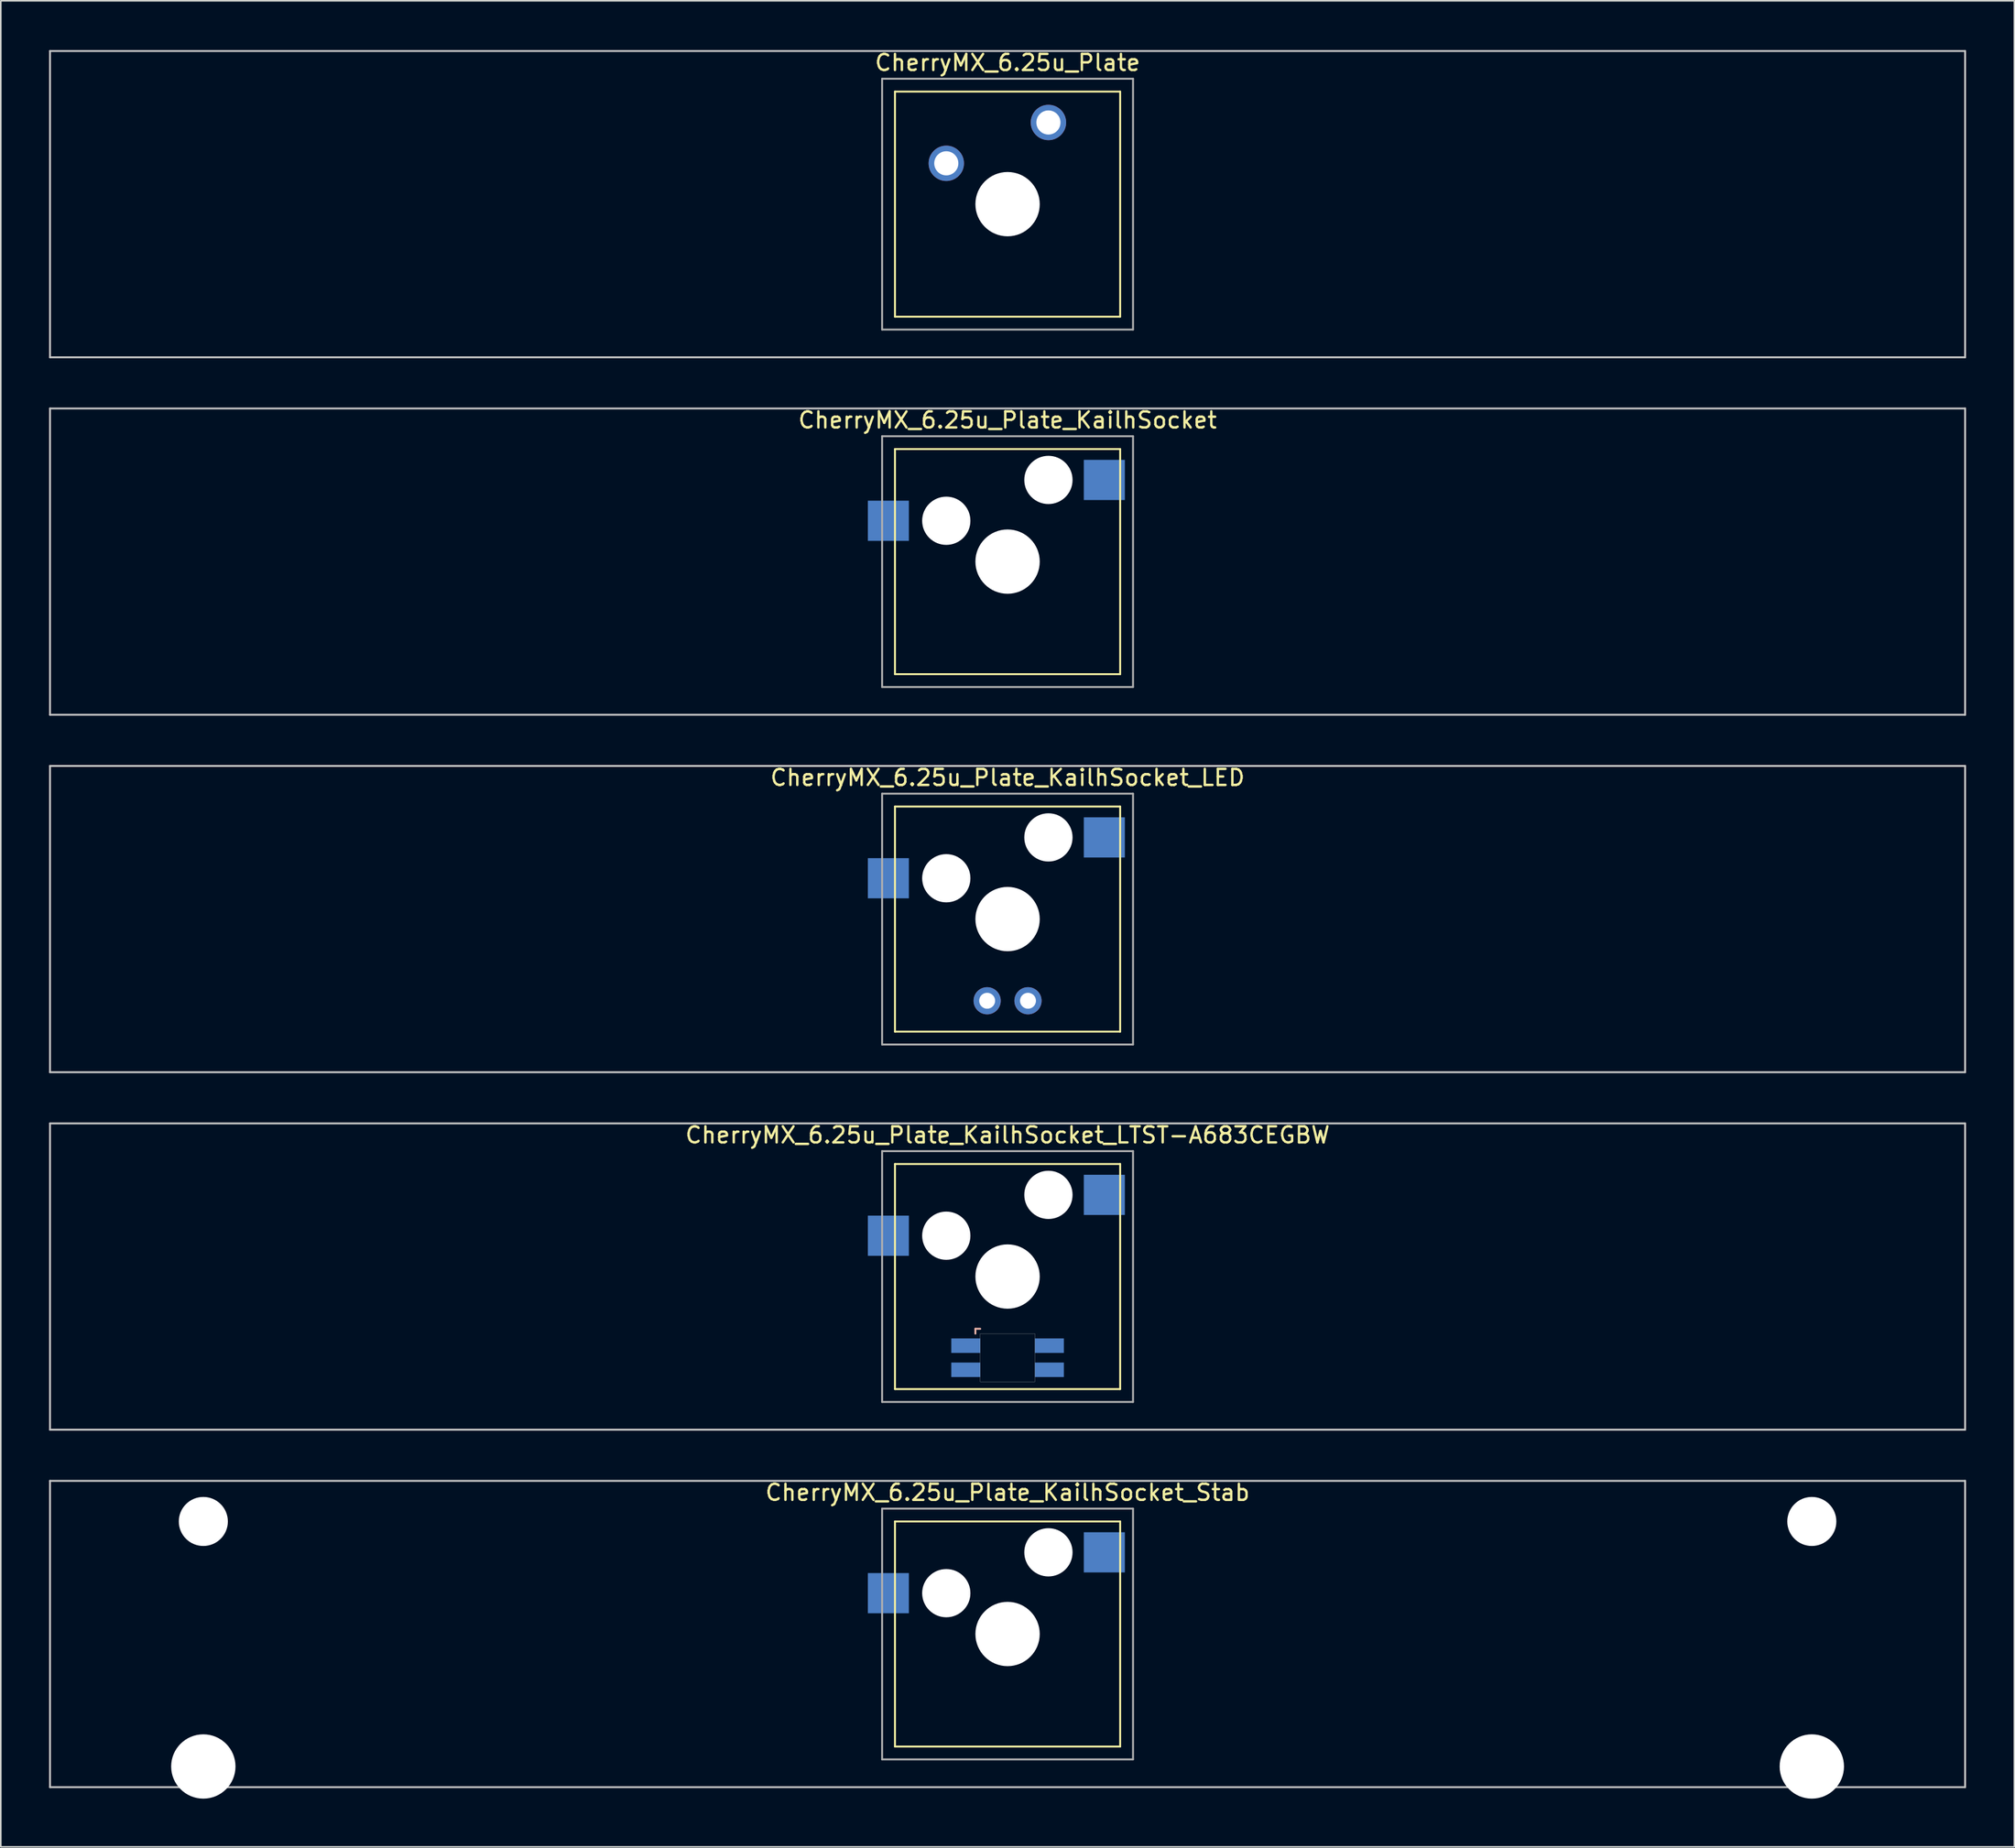
<source format=kicad_pcb>
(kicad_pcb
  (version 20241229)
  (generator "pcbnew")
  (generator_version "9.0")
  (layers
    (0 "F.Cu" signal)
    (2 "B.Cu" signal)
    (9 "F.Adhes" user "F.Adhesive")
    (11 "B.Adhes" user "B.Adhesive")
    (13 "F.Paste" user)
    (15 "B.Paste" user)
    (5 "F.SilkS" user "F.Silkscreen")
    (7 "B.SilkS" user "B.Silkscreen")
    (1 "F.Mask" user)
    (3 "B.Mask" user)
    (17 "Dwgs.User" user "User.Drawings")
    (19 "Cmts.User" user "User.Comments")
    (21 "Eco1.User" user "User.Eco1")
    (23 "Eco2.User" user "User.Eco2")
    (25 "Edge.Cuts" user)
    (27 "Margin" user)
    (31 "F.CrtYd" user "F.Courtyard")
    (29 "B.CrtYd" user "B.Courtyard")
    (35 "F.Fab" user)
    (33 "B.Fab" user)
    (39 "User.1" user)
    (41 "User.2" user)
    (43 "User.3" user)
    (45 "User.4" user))
  (footprint "CherryMX_6.25u_Plate_KailhSocket_Stab"
    (layer "F.Cu")
    (at 59.591 98.581)
    (property "Reference" "CherryMX_6.25u_Plate_KailhSocket_Stab" (at 0 -8.8 0) (layer "F.SilkS") (effects (font (size 1 1) (thickness 0.15))))
    (attr through_hole)
    (fp_line (start -7 -7) (end -7 7) (stroke (width 0.12) (type solid)) (layer "F.SilkS"))
    (fp_line (start -7 -7) (end 7 -7) (stroke (width 0.12) (type solid)) (layer "F.SilkS"))
    (fp_line (start 7 -7) (end 7 7) (stroke (width 0.12) (type solid)) (layer "F.SilkS"))
    (fp_line (start 7 7) (end -7 7) (stroke (width 0.12) (type solid)) (layer "F.SilkS"))
    (fp_line (start -59.531 -9.525) (end 59.531 -9.525) (stroke (width 0.12) (type solid)) (layer "Dwgs.User"))
    (fp_line (start -59.531 9.525) (end -59.531 -9.525) (stroke (width 0.12) (type solid)) (layer "Dwgs.User"))
    (fp_line (start 59.531 -9.525) (end 59.531 9.525) (stroke (width 0.12) (type solid)) (layer "Dwgs.User"))
    (fp_line (start 59.531 9.525) (end -59.531 9.525) (stroke (width 0.12) (type solid)) (layer "Dwgs.User"))
    (fp_line (start -7.8 -7.8) (end -7.8 7.8) (stroke (width 0.12) (type solid)) (layer "F.Fab"))
    (fp_line (start -7.8 -7.8) (end 7.8 -7.8) (stroke (width 0.12) (type solid)) (layer "F.Fab"))
    (fp_line (start -7.8 7.8) (end 7.8 7.8) (stroke (width 0.12) (type solid)) (layer "F.Fab"))
    (fp_line (start 7.8 -7.8) (end 7.8 7.8) (stroke (width 0.12) (type solid)) (layer "F.Fab"))
    (pad "" np_thru_hole circle (at -50 -7) (size 3.05 3.05) (drill 3.05) (layers "*.Cu" "*.Mask"))
    (pad "" np_thru_hole circle (at -50 8.24) (size 4 4) (drill 4) (layers "*.Cu" "*.Mask"))
    (pad "" np_thru_hole circle (at -3.81 -2.54) (size 3 3) (drill 3) (layers "*.Cu" "*.Mask"))
    (pad "" np_thru_hole circle (at 0 0) (size 4 4) (drill 4) (layers "*.Cu" "*.Mask"))
    (pad "" np_thru_hole circle (at 2.54 -5.08) (size 3 3) (drill 3) (layers "*.Cu" "*.Mask"))
    (pad "" np_thru_hole circle (at 50 -7) (size 3.05 3.05) (drill 3.05) (layers "*.Cu" "*.Mask"))
    (pad "" np_thru_hole circle (at 50 8.24) (size 4 4) (drill 4) (layers "*.Cu" "*.Mask"))
    (pad "1" smd rect (at -7.41 -2.54) (size 2.55 2.5) (layers "B.Cu" "B.Mask" "B.Paste"))
    (pad "2" smd rect (at 6.015 -5.08) (size 2.55 2.5) (layers "B.Cu" "B.Mask" "B.Paste")))
  (footprint "CherryMX_6.25u_Plate_KailhSocket_LED"
    (layer "F.Cu")
    (at 59.591 54.115)
    (property "Reference" "CherryMX_6.25u_Plate_KailhSocket_LED" (at 0 -8.8 0) (layer "F.SilkS") (effects (font (size 1 1) (thickness 0.15))))
    (attr through_hole)
    (fp_line (start -7 -7) (end -7 7) (stroke (width 0.12) (type solid)) (layer "F.SilkS"))
    (fp_line (start -7 -7) (end 7 -7) (stroke (width 0.12) (type solid)) (layer "F.SilkS"))
    (fp_line (start 7 -7) (end 7 7) (stroke (width 0.12) (type solid)) (layer "F.SilkS"))
    (fp_line (start 7 7) (end -7 7) (stroke (width 0.12) (type solid)) (layer "F.SilkS"))
    (fp_line (start -59.531 -9.525) (end 59.531 -9.525) (stroke (width 0.12) (type solid)) (layer "Dwgs.User"))
    (fp_line (start -59.531 9.525) (end -59.531 -9.525) (stroke (width 0.12) (type solid)) (layer "Dwgs.User"))
    (fp_line (start 59.531 -9.525) (end 59.531 9.525) (stroke (width 0.12) (type solid)) (layer "Dwgs.User"))
    (fp_line (start 59.531 9.525) (end -59.531 9.525) (stroke (width 0.12) (type solid)) (layer "Dwgs.User"))
    (fp_line (start -7.8 -7.8) (end -7.8 7.8) (stroke (width 0.12) (type solid)) (layer "F.Fab"))
    (fp_line (start -7.8 -7.8) (end 7.8 -7.8) (stroke (width 0.12) (type solid)) (layer "F.Fab"))
    (fp_line (start -7.8 7.8) (end 7.8 7.8) (stroke (width 0.12) (type solid)) (layer "F.Fab"))
    (fp_line (start 7.8 -7.8) (end 7.8 7.8) (stroke (width 0.12) (type solid)) (layer "F.Fab"))
    (pad "" np_thru_hole circle (at -3.81 -2.54) (size 3 3) (drill 3) (layers "*.Cu" "*.Mask"))
    (pad "" np_thru_hole circle (at 0 0) (size 4 4) (drill 4) (layers "*.Cu" "*.Mask"))
    (pad "" np_thru_hole circle (at 2.54 -5.08) (size 3 3) (drill 3) (layers "*.Cu" "*.Mask"))
    (pad "1" smd rect (at -7.41 -2.54) (size 2.55 2.5) (layers "B.Cu" "B.Mask" "B.Paste"))
    (pad "2" smd rect (at 6.015 -5.08) (size 2.55 2.5) (layers "B.Cu" "B.Mask" "B.Paste"))
    (pad "3" thru_hole circle (at -1.27 5.08) (size 1.691 1.691) (drill 0.991) (layers "*.Cu" "*.Mask"))
    (pad "4" thru_hole circle (at 1.27 5.08) (size 1.691 1.691) (drill 0.991) (layers "*.Cu" "*.Mask")))
  (footprint "CherryMX_6.25u_Plate_KailhSocket_LTST-A683CEGBW"
    (layer "F.Cu")
    (at 59.591 76.348)
    (property "Reference" "CherryMX_6.25u_Plate_KailhSocket_LTST-A683CEGBW" (at 0 -8.8 0) (layer "F.SilkS") (effects (font (size 1 1) (thickness 0.15))))
    (attr through_hole)
    (fp_line (start -7 -7) (end -7 7) (stroke (width 0.12) (type solid)) (layer "F.SilkS"))
    (fp_line (start -7 -7) (end 7 -7) (stroke (width 0.12) (type solid)) (layer "F.SilkS"))
    (fp_line (start 7 -7) (end 7 7) (stroke (width 0.12) (type solid)) (layer "F.SilkS"))
    (fp_line (start 7 7) (end -7 7) (stroke (width 0.12) (type solid)) (layer "F.SilkS"))
    (fp_line (start -2 3.25) (end -2 3.55) (stroke (width 0.12) (type solid)) (layer "B.SilkS"))
    (fp_line (start -1.7 3.25) (end -2 3.25) (stroke (width 0.12) (type solid)) (layer "B.SilkS"))
    (fp_line (start -59.531 -9.525) (end 59.531 -9.525) (stroke (width 0.12) (type solid)) (layer "Dwgs.User"))
    (fp_line (start -59.531 9.525) (end -59.531 -9.525) (stroke (width 0.12) (type solid)) (layer "Dwgs.User"))
    (fp_line (start 59.531 -9.525) (end 59.531 9.525) (stroke (width 0.12) (type solid)) (layer "Dwgs.User"))
    (fp_line (start 59.531 9.525) (end -59.531 9.525) (stroke (width 0.12) (type solid)) (layer "Dwgs.User"))
    (fp_poly (pts (xy 1.7 6.55) (xy -1.7 6.55) (xy -1.7 3.55) (xy 1.7 3.55)) (stroke (width 0.01) (type solid)) (fill no) (layer "Edge.Cuts"))
    (fp_line (start -7.8 -7.8) (end -7.8 7.8) (stroke (width 0.12) (type solid)) (layer "F.Fab"))
    (fp_line (start -7.8 -7.8) (end 7.8 -7.8) (stroke (width 0.12) (type solid)) (layer "F.Fab"))
    (fp_line (start -7.8 7.8) (end 7.8 7.8) (stroke (width 0.12) (type solid)) (layer "F.Fab"))
    (fp_line (start 7.8 -7.8) (end 7.8 7.8) (stroke (width 0.12) (type solid)) (layer "F.Fab"))
    (pad "" np_thru_hole circle (at -3.81 -2.54) (size 3 3) (drill 3) (layers "*.Cu" "*.Mask"))
    (pad "" np_thru_hole circle (at 0 0) (size 4 4) (drill 4) (layers "*.Cu" "*.Mask"))
    (pad "" np_thru_hole circle (at 2.54 -5.08) (size 3 3) (drill 3) (layers "*.Cu" "*.Mask"))
    (pad "1" smd rect (at -7.41 -2.54) (size 2.55 2.5) (layers "B.Cu" "B.Mask" "B.Paste"))
    (pad "2" smd rect (at 6.015 -5.08) (size 2.55 2.5) (layers "B.Cu" "B.Mask" "B.Paste"))
    (pad "3" smd rect (at -2.6 4.3) (size 1.8 0.9) (layers "B.Cu" "B.Mask" "B.Paste"))
    (pad "4" smd rect (at -2.6 5.8) (size 1.8 0.9) (layers "B.Cu" "B.Mask" "B.Paste"))
    (pad "5" smd rect (at 2.6 4.3) (size 1.8 0.9) (layers "B.Cu" "B.Mask" "B.Paste"))
    (pad "6" smd rect (at 2.6 5.8) (size 1.8 0.9) (layers "B.Cu" "B.Mask" "B.Paste")))
  (footprint "CherryMX_6.25u_Plate_KailhSocket"
    (layer "F.Cu")
    (at 59.591 31.881)
    (property "Reference" "CherryMX_6.25u_Plate_KailhSocket" (at 0 -8.8 0) (layer "F.SilkS") (effects (font (size 1 1) (thickness 0.15))))
    (attr through_hole)
    (fp_line (start -7 -7) (end -7 7) (stroke (width 0.12) (type solid)) (layer "F.SilkS"))
    (fp_line (start -7 -7) (end 7 -7) (stroke (width 0.12) (type solid)) (layer "F.SilkS"))
    (fp_line (start 7 -7) (end 7 7) (stroke (width 0.12) (type solid)) (layer "F.SilkS"))
    (fp_line (start 7 7) (end -7 7) (stroke (width 0.12) (type solid)) (layer "F.SilkS"))
    (fp_line (start -59.531 -9.525) (end 59.531 -9.525) (stroke (width 0.12) (type solid)) (layer "Dwgs.User"))
    (fp_line (start -59.531 9.525) (end -59.531 -9.525) (stroke (width 0.12) (type solid)) (layer "Dwgs.User"))
    (fp_line (start 59.531 -9.525) (end 59.531 9.525) (stroke (width 0.12) (type solid)) (layer "Dwgs.User"))
    (fp_line (start 59.531 9.525) (end -59.531 9.525) (stroke (width 0.12) (type solid)) (layer "Dwgs.User"))
    (fp_line (start -7.8 -7.8) (end -7.8 7.8) (stroke (width 0.12) (type solid)) (layer "F.Fab"))
    (fp_line (start -7.8 -7.8) (end 7.8 -7.8) (stroke (width 0.12) (type solid)) (layer "F.Fab"))
    (fp_line (start -7.8 7.8) (end 7.8 7.8) (stroke (width 0.12) (type solid)) (layer "F.Fab"))
    (fp_line (start 7.8 -7.8) (end 7.8 7.8) (stroke (width 0.12) (type solid)) (layer "F.Fab"))
    (pad "" np_thru_hole circle (at -3.81 -2.54) (size 3 3) (drill 3) (layers "*.Cu" "*.Mask"))
    (pad "" np_thru_hole circle (at 0 0) (size 4 4) (drill 4) (layers "*.Cu" "*.Mask"))
    (pad "" np_thru_hole circle (at 2.54 -5.08) (size 3 3) (drill 3) (layers "*.Cu" "*.Mask"))
    (pad "1" smd rect (at -7.41 -2.54) (size 2.55 2.5) (layers "B.Cu" "B.Mask" "B.Paste"))
    (pad "2" smd rect (at 6.015 -5.08) (size 2.55 2.5) (layers "B.Cu" "B.Mask" "B.Paste")))
  (footprint "CherryMX_6.25u_Plate"
    (layer "F.Cu")
    (at 59.591 9.648)
    (property "Reference" "CherryMX_6.25u_Plate" (at 0 -8.8 0) (layer "F.SilkS") (effects (font (size 1 1) (thickness 0.15))))
    (attr through_hole)
    (fp_line (start -7 -7) (end -7 7) (stroke (width 0.12) (type solid)) (layer "F.SilkS"))
    (fp_line (start -7 -7) (end 7 -7) (stroke (width 0.12) (type solid)) (layer "F.SilkS"))
    (fp_line (start 7 -7) (end 7 7) (stroke (width 0.12) (type solid)) (layer "F.SilkS"))
    (fp_line (start 7 7) (end -7 7) (stroke (width 0.12) (type solid)) (layer "F.SilkS"))
    (fp_line (start -59.531 -9.525) (end 59.531 -9.525) (stroke (width 0.12) (type solid)) (layer "Dwgs.User"))
    (fp_line (start -59.531 9.525) (end -59.531 -9.525) (stroke (width 0.12) (type solid)) (layer "Dwgs.User"))
    (fp_line (start 59.531 -9.525) (end 59.531 9.525) (stroke (width 0.12) (type solid)) (layer "Dwgs.User"))
    (fp_line (start 59.531 9.525) (end -59.531 9.525) (stroke (width 0.12) (type solid)) (layer "Dwgs.User"))
    (fp_line (start -7.8 -7.8) (end -7.8 7.8) (stroke (width 0.12) (type solid)) (layer "F.Fab"))
    (fp_line (start -7.8 -7.8) (end 7.8 -7.8) (stroke (width 0.12) (type solid)) (layer "F.Fab"))
    (fp_line (start -7.8 7.8) (end 7.8 7.8) (stroke (width 0.12) (type solid)) (layer "F.Fab"))
    (fp_line (start 7.8 -7.8) (end 7.8 7.8) (stroke (width 0.12) (type solid)) (layer "F.Fab"))
    (pad "" np_thru_hole circle (at 0 0) (size 4 4) (drill 4) (layers "*.Cu" "*.Mask"))
    (pad "1" thru_hole circle (at -3.81 -2.54) (size 2.2 2.2) (drill 1.5) (layers "*.Cu" "*.Mask"))
    (pad "2" thru_hole circle (at 2.54 -5.08) (size 2.2 2.2) (drill 1.5) (layers "*.Cu" "*.Mask")))
  (gr_rect
    (start -3 -3)
    (end 122.183 111.821)
    (stroke (width 0.1) (type default))
    (fill no)
    (layer "Edge.Cuts")))
</source>
